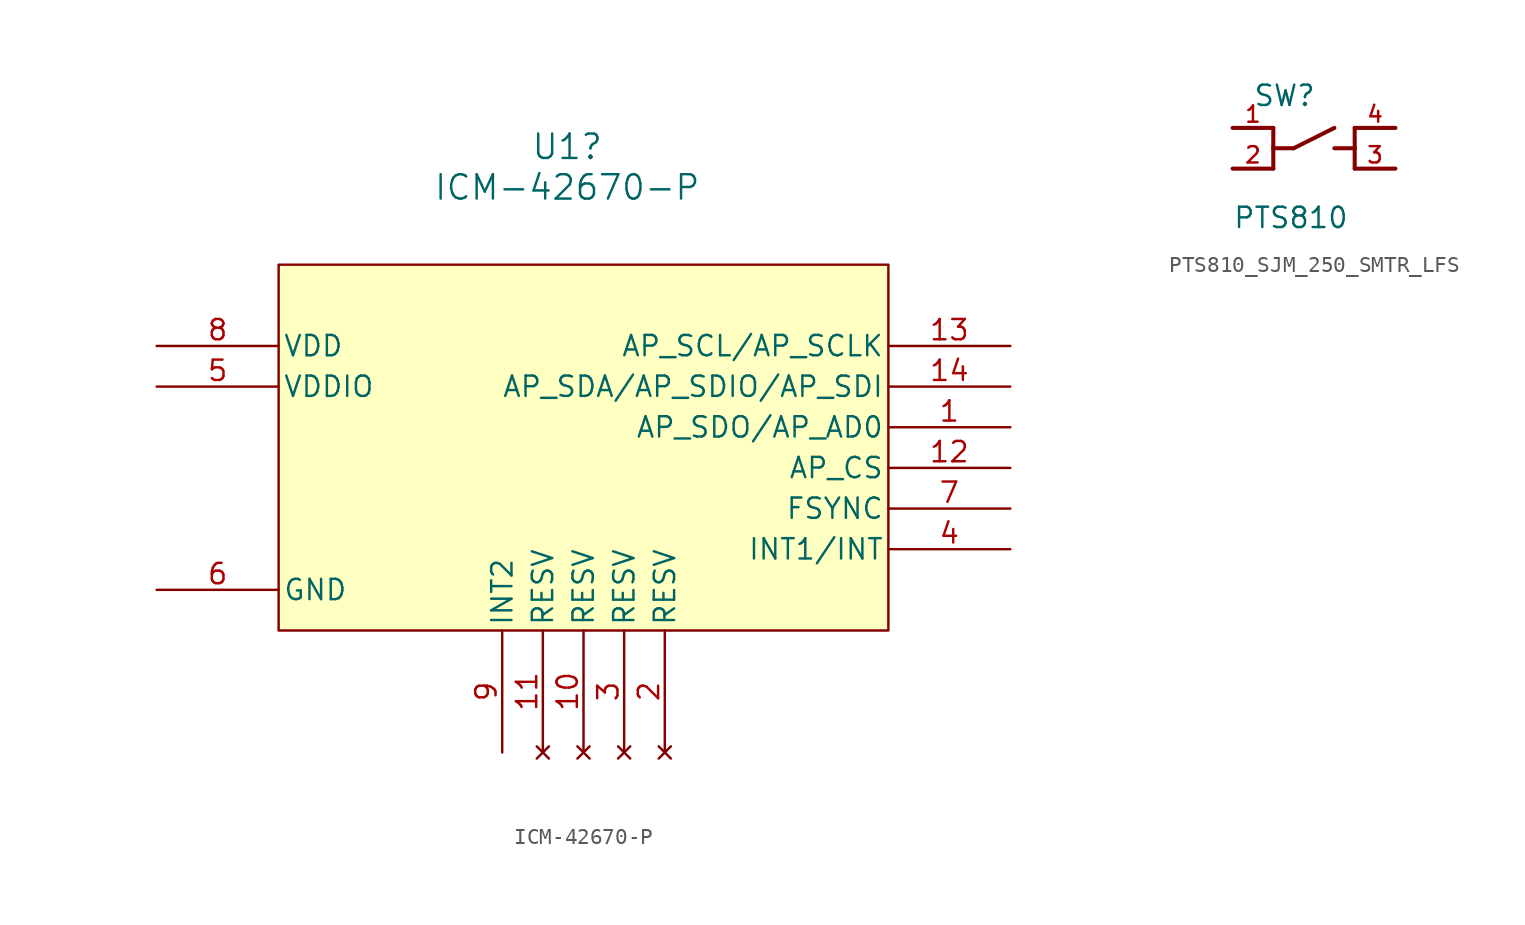
<source format=kicad_sym>
(kicad_symbol_lib
  (version 20241209)
  (generator "kicad_symbol_editor")
  (generator_version "9.0")
  (symbol "ICM-42670-P"
    (pin_names
      (offset 0.254))
    (property "Reference" "U1"
      (at 25.654 9.906 0)
      (effects (font (size 1.524 1.524))))
    (property "Value" "ICM-42670-P"
      (at 25.654 7.366 0)
      (effects (font (size 1.524 1.524))))
    (symbol "ICM-42670-P_0_1"
      (pin power_in line (at 0 -2.54 0) (length 7.62) (name "VDD" (effects (font (size 1.27 1.27)))) (number "8" (effects (font (size 1.27 1.27)))))
      (pin power_in line (at 0 -5.08 0) (length 7.62) (name "VDDIO" (effects (font (size 1.27 1.27)))) (number "5" (effects (font (size 1.27 1.27)))))
      (pin power_in line (at 0 -17.78 0) (length 7.62) (name "GND" (effects (font (size 1.27 1.27)))) (number "6" (effects (font (size 1.27 1.27)))))
      (pin output line (at 21.59 -27.94 90) (length 7.62) (name "INT2" (effects (font (size 1.27 1.27)))) (number "9" (effects (font (size 1.27 1.27)))))
      (pin no_connect line (at 24.13 -27.94 90) (length 7.62) (name "RESV" (effects (font (size 1.27 1.27)))) (number "11" (effects (font (size 1.27 1.27)))))
      (pin no_connect line (at 26.67 -27.94 90) (length 7.62) (name "RESV" (effects (font (size 1.27 1.27)))) (number "10" (effects (font (size 1.27 1.27)))))
      (pin no_connect line (at 29.21 -27.94 90) (length 7.62) (name "RESV" (effects (font (size 1.27 1.27)))) (number "3" (effects (font (size 1.27 1.27)))))
      (pin no_connect line (at 31.75 -27.94 90) (length 7.62) (name "RESV" (effects (font (size 1.27 1.27)))) (number "2" (effects (font (size 1.27 1.27)))))
      (pin bidirectional line (at 53.34 -2.54 180) (length 7.62) (name "AP_SCL/AP_SCLK" (effects (font (size 1.27 1.27)))) (number "13" (effects (font (size 1.27 1.27)))))
      (pin bidirectional line (at 53.34 -5.08 180) (length 7.62) (name "AP_SDA/AP_SDIO/AP_SDI" (effects (font (size 1.27 1.27)))) (number "14" (effects (font (size 1.27 1.27)))))
      (pin bidirectional line (at 53.34 -7.62 180) (length 7.62) (name "AP_SDO/AP_AD0" (effects (font (size 1.27 1.27)))) (number "1" (effects (font (size 1.27 1.27)))))
      (pin input line (at 53.34 -10.16 180) (length 7.62) (name "AP_CS" (effects (font (size 1.27 1.27)))) (number "12" (effects (font (size 1.27 1.27)))))
      (pin input line (at 53.34 -12.7 180) (length 7.62) (name "FSYNC" (effects (font (size 1.27 1.27)))) (number "7" (effects (font (size 1.27 1.27)))))
      (pin output line (at 53.34 -15.24 180) (length 7.62) (name "INT1/INT" (effects (font (size 1.27 1.27)))) (number "4" (effects (font (size 1.27 1.27))))))
    (symbol "ICM-42670-P_1_1"
      (rectangle (start 7.62 2.54) (end 45.72 -20.32) (stroke (width 0) (type solid)) (fill (type background)))))
  (symbol "PTS810_SJM_250_SMTR_LFS"
    (pin_names
      (offset 1.016))
    (property "Reference" "SW"
      (at -3.81 1.27 0)
      (effects (font (size 1.27 1.27)) (justify left bottom)))
    (property "Value" "PTS810"
      (at -5.08 -6.35 0)
      (effects (font (size 1.27 1.27)) (justify left bottom)))
    (symbol "PTS810_SJM_250_SMTR_LFS_0_0"
      (polyline (pts (xy -2.54 0) (xy -5.08 0)) (stroke (width 0.254) (type default)) (fill (type none)))
      (polyline (pts (xy -2.54 0) (xy -2.54 -1.27)) (stroke (width 0.254) (type default)) (fill (type none)))
      (polyline (pts (xy -2.54 -1.27) (xy -2.54 -2.54)) (stroke (width 0.254) (type default)) (fill (type none)))
      (polyline (pts (xy -2.54 -1.27) (xy -1.27 -1.27)) (stroke (width 0.254) (type default)) (fill (type none)))
      (polyline (pts (xy -2.54 -2.54) (xy -5.08 -2.54)) (stroke (width 0.254) (type default)) (fill (type none)))
      (polyline (pts (xy -1.27 -1.27) (xy 1.27 0)) (stroke (width 0.254) (type default)) (fill (type none)))
      (polyline (pts (xy 1.27 -1.27) (xy 2.54 -1.27)) (stroke (width 0.254) (type default)) (fill (type none)))
      (polyline (pts (xy 2.54 0) (xy 2.54 -1.27)) (stroke (width 0.254) (type default)) (fill (type none)))
      (polyline (pts (xy 2.54 0) (xy 5.08 0)) (stroke (width 0.254) (type default)) (fill (type none)))
      (polyline (pts (xy 2.54 -1.27) (xy 2.54 -2.54)) (stroke (width 0.254) (type default)) (fill (type none)))
      (polyline (pts (xy 2.54 -2.54) (xy 5.08 -2.54)) (stroke (width 0.254) (type default)) (fill (type none)))
      (pin passive line (at -5.08 0 0) (length 2.54) (name "~" (effects (font (size 1.016 1.016)))) (number "1" (effects (font (size 1.016 1.016)))))
      (pin passive line (at -5.08 -2.54 0) (length 2.54) (name "~" (effects (font (size 1.016 1.016)))) (number "2" (effects (font (size 1.016 1.016)))))
      (pin passive line (at 5.08 0 180) (length 2.54) (name "~" (effects (font (size 1.016 1.016)))) (number "4" (effects (font (size 1.016 1.016)))))
      (pin passive line (at 5.08 -2.54 180) (length 2.54) (name "~" (effects (font (size 1.016 1.016)))) (number "3" (effects (font (size 1.016 1.016))))))))
</source>
